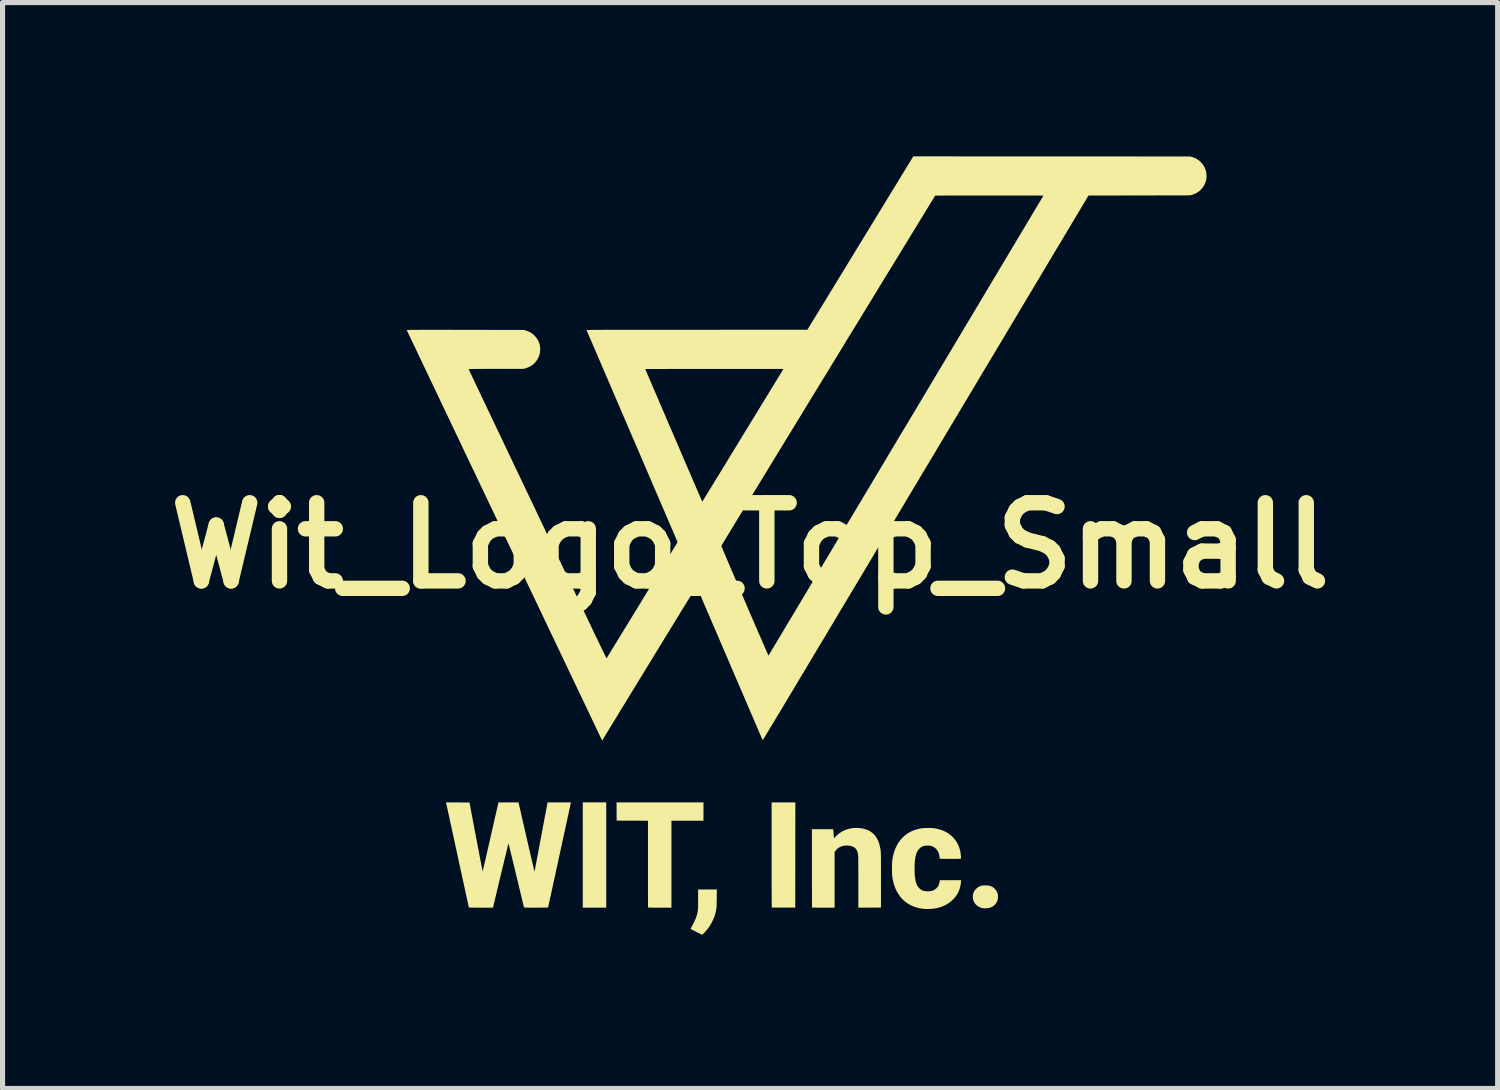
<source format=kicad_pcb>
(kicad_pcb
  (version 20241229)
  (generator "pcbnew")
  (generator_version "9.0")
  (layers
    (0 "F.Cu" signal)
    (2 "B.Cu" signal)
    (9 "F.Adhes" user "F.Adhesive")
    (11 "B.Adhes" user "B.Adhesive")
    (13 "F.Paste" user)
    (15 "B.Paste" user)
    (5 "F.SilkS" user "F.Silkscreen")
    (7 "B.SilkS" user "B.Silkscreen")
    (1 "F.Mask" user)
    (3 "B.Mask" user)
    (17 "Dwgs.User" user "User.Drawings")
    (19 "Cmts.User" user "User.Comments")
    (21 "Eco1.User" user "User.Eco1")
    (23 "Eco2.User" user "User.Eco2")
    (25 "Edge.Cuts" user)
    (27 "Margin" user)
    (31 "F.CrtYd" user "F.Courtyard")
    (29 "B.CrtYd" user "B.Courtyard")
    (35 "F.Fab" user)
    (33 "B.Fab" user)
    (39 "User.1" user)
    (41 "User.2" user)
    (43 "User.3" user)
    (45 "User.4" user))
  (footprint "Wit_Logo_Top_Small"
    (layer "F.Cu")
    (at 11.582 7.592)
    (property "Reference" "Wit_Logo_Top_Small" (at 0 0 0) (layer "F.SilkS") (effects (font (size 1.524 1.524) (thickness 0.3))))
    (attr board_only exclude_from_pos_files exclude_from_bom)
    (fp_poly (pts (xy -2.806 7.064) (xy -3.264 7.064) (xy -3.264 5.01) (xy -2.806 5.01)) (stroke (width 0) (type solid)) (fill yes) (layer "F.SilkS"))
    (fp_poly (pts (xy 0.882 6.036) (xy 0.881 7.062) (xy 0.653 7.063) (xy 0.612 7.063) (xy 0.573 7.063) (xy 0.537 7.063) (xy 0.505 7.063) (xy 0.477 7.063) (xy 0.454 7.063) (xy 0.437 7.062) (xy 0.426 7.062) (xy 0.423 7.061) (xy 0.422 7.057) (xy 0.422 7.046) (xy 0.422 7.027) (xy 0.422 7.002) (xy 0.422 6.971) (xy 0.421 6.933) (xy 0.421 6.889) (xy 0.421 6.84) (xy 0.421 6.786) (xy 0.421 6.727) (xy 0.421 6.663) (xy 0.42 6.595) (xy 0.42 6.523) (xy 0.42 6.448) (xy 0.42 6.369) (xy 0.42 6.288) (xy 0.42 6.204) (xy 0.42 6.117) (xy 0.42 6.034) (xy 0.42 5.01) (xy 0.883 5.01)) (stroke (width 0) (type solid)) (fill yes) (layer "F.SilkS"))
    (fp_poly (pts (xy -0.909 5.368) (xy -1.534 5.368) (xy -1.534 7.064) (xy -1.761 7.064) (xy -1.802 7.064) (xy -1.84 7.064) (xy -1.876 7.064) (xy -1.908 7.063) (xy -1.936 7.063) (xy -1.959 7.063) (xy -1.976 7.062) (xy -1.986 7.062) (xy -1.99 7.061) (xy -1.99 7.057) (xy -1.99 7.046) (xy -1.991 7.027) (xy -1.991 7.002) (xy -1.991 6.971) (xy -1.991 6.934) (xy -1.991 6.891) (xy -1.992 6.843) (xy -1.992 6.789) (xy -1.992 6.732) (xy -1.992 6.67) (xy -1.992 6.604) (xy -1.992 6.535) (xy -1.992 6.463) (xy -1.992 6.387) (xy -1.992 6.31) (xy -1.992 6.23) (xy -1.992 6.214) (xy -1.992 5.368) (xy -2.603 5.366) (xy -2.604 5.188) (xy -2.605 5.01) (xy -0.909 5.01)) (stroke (width 0) (type solid)) (fill yes) (layer "F.SilkS"))
    (fp_poly (pts (xy 4.604 6.629) (xy 4.639 6.631) (xy 4.668 6.636) (xy 4.693 6.643) (xy 4.717 6.654) (xy 4.741 6.669) (xy 4.77 6.693) (xy 4.794 6.722) (xy 4.814 6.754) (xy 4.829 6.788) (xy 4.833 6.805) (xy 4.836 6.829) (xy 4.836 6.856) (xy 4.834 6.885) (xy 4.829 6.911) (xy 4.824 6.93) (xy 4.807 6.964) (xy 4.784 6.996) (xy 4.756 7.024) (xy 4.724 7.046) (xy 4.712 7.052) (xy 4.678 7.065) (xy 4.64 7.073) (xy 4.6 7.077) (xy 4.561 7.076) (xy 4.554 7.075) (xy 4.51 7.067) (xy 4.471 7.052) (xy 4.435 7.03) (xy 4.404 7.002) (xy 4.403 7.002) (xy 4.378 6.97) (xy 4.36 6.935) (xy 4.348 6.898) (xy 4.344 6.859) (xy 4.346 6.819) (xy 4.355 6.78) (xy 4.367 6.752) (xy 4.381 6.729) (xy 4.401 6.705) (xy 4.424 6.683) (xy 4.448 6.665) (xy 4.466 6.654) (xy 4.491 6.643) (xy 4.516 6.636) (xy 4.543 6.631) (xy 4.573 6.629)) (stroke (width 0) (type solid)) (fill yes) (layer "F.SilkS"))
    (fp_poly (pts (xy -0.65 6.863) (xy -0.651 6.898) (xy -0.651 6.933) (xy -0.652 6.966) (xy -0.652 6.996) (xy -0.653 7.022) (xy -0.654 7.043) (xy -0.655 7.057) (xy -0.655 7.058) (xy -0.663 7.114) (xy -0.674 7.167) (xy -0.689 7.219) (xy -0.71 7.273) (xy -0.73 7.316) (xy -0.75 7.357) (xy -0.77 7.392) (xy -0.79 7.425) (xy -0.813 7.458) (xy -0.826 7.476) (xy -0.836 7.489) (xy -0.85 7.505) (xy -0.864 7.522) (xy -0.88 7.539) (xy -0.895 7.555) (xy -0.909 7.569) (xy -0.921 7.581) (xy -0.93 7.589) (xy -0.935 7.592) (xy -0.935 7.592) (xy -0.939 7.59) (xy -0.949 7.585) (xy -0.965 7.578) (xy -0.984 7.568) (xy -1.008 7.557) (xy -1.034 7.544) (xy -1.049 7.536) (xy -1.076 7.522) (xy -1.101 7.51) (xy -1.122 7.499) (xy -1.139 7.49) (xy -1.152 7.483) (xy -1.159 7.479) (xy -1.16 7.478) (xy -1.158 7.474) (xy -1.154 7.465) (xy -1.146 7.45) (xy -1.137 7.432) (xy -1.126 7.41) (xy -1.118 7.394) (xy -1.099 7.358) (xy -1.084 7.326) (xy -1.071 7.299) (xy -1.061 7.274) (xy -1.052 7.251) (xy -1.044 7.227) (xy -1.037 7.204) (xy -1.032 7.186) (xy -1.028 7.168) (xy -1.024 7.151) (xy -1.021 7.133) (xy -1.019 7.113) (xy -1.017 7.09) (xy -1.016 7.065) (xy -1.015 7.035) (xy -1.014 7) (xy -1.014 6.959) (xy -1.014 6.912) (xy -1.014 6.892) (xy -1.014 6.709) (xy -0.831 6.709) (xy -0.649 6.709)) (stroke (width 0) (type solid)) (fill yes) (layer "F.SilkS"))
    (fp_poly (pts (xy 2.137 5.511) (xy 2.198 5.52) (xy 2.253 5.534) (xy 2.303 5.553) (xy 2.348 5.578) (xy 2.389 5.608) (xy 2.411 5.629) (xy 2.445 5.668) (xy 2.474 5.712) (xy 2.499 5.762) (xy 2.519 5.818) (xy 2.535 5.88) (xy 2.547 5.948) (xy 2.548 5.96) (xy 2.549 5.968) (xy 2.549 5.979) (xy 2.55 5.993) (xy 2.551 6.01) (xy 2.551 6.031) (xy 2.552 6.057) (xy 2.552 6.087) (xy 2.552 6.122) (xy 2.552 6.162) (xy 2.553 6.208) (xy 2.553 6.26) (xy 2.553 6.318) (xy 2.553 6.383) (xy 2.553 6.455) (xy 2.553 6.532) (xy 2.553 7.062) (xy 2.332 7.063) (xy 2.112 7.064) (xy 2.112 6.577) (xy 2.112 6.516) (xy 2.112 6.457) (xy 2.112 6.4) (xy 2.111 6.346) (xy 2.111 6.295) (xy 2.111 6.249) (xy 2.111 6.206) (xy 2.111 6.168) (xy 2.111 6.136) (xy 2.11 6.109) (xy 2.11 6.088) (xy 2.11 6.074) (xy 2.11 6.068) (xy 2.105 6.027) (xy 2.099 5.993) (xy 2.091 5.965) (xy 2.08 5.941) (xy 2.066 5.92) (xy 2.049 5.901) (xy 2.046 5.898) (xy 2.024 5.883) (xy 1.996 5.87) (xy 1.963 5.86) (xy 1.927 5.854) (xy 1.889 5.852) (xy 1.85 5.853) (xy 1.847 5.854) (xy 1.801 5.862) (xy 1.761 5.877) (xy 1.725 5.897) (xy 1.693 5.924) (xy 1.666 5.955) (xy 1.649 5.978) (xy 1.649 7.064) (xy 1.43 7.064) (xy 1.39 7.064) (xy 1.352 7.064) (xy 1.317 7.064) (xy 1.286 7.063) (xy 1.259 7.063) (xy 1.237 7.063) (xy 1.221 7.062) (xy 1.211 7.062) (xy 1.209 7.061) (xy 1.209 7.057) (xy 1.208 7.046) (xy 1.208 7.028) (xy 1.208 7.003) (xy 1.208 6.971) (xy 1.207 6.934) (xy 1.207 6.892) (xy 1.207 6.844) (xy 1.207 6.792) (xy 1.207 6.735) (xy 1.207 6.674) (xy 1.206 6.609) (xy 1.206 6.542) (xy 1.206 6.471) (xy 1.206 6.398) (xy 1.206 6.322) (xy 1.206 6.296) (xy 1.206 5.534) (xy 1.622 5.534) (xy 1.624 5.556) (xy 1.625 5.568) (xy 1.627 5.586) (xy 1.628 5.607) (xy 1.63 5.629) (xy 1.63 5.632) (xy 1.632 5.653) (xy 1.633 5.672) (xy 1.635 5.687) (xy 1.636 5.697) (xy 1.636 5.699) (xy 1.638 5.711) (xy 1.66 5.686) (xy 1.701 5.644) (xy 1.747 5.607) (xy 1.798 5.576) (xy 1.853 5.55) (xy 1.911 5.53) (xy 1.972 5.516) (xy 2.035 5.509) (xy 2.099 5.508)) (stroke (width 0) (type solid)) (fill yes) (layer "F.SilkS"))
    (fp_poly (pts (xy 3.498 5.509) (xy 3.532 5.51) (xy 3.562 5.512) (xy 3.586 5.514) (xy 3.588 5.514) (xy 3.647 5.525) (xy 3.705 5.541) (xy 3.761 5.56) (xy 3.812 5.583) (xy 3.825 5.59) (xy 3.865 5.614) (xy 3.902 5.641) (xy 3.938 5.672) (xy 3.952 5.686) (xy 3.995 5.734) (xy 4.031 5.786) (xy 4.06 5.841) (xy 4.084 5.901) (xy 4.1 5.966) (xy 4.101 5.966) (xy 4.103 5.983) (xy 4.106 6.002) (xy 4.109 6.024) (xy 4.111 6.046) (xy 4.113 6.066) (xy 4.114 6.084) (xy 4.115 6.098) (xy 4.114 6.107) (xy 4.114 6.108) (xy 4.109 6.109) (xy 4.098 6.11) (xy 4.08 6.111) (xy 4.055 6.111) (xy 4.025 6.111) (xy 3.99 6.112) (xy 3.95 6.112) (xy 3.906 6.112) (xy 3.859 6.112) (xy 3.819 6.112) (xy 3.787 6.112) (xy 3.76 6.111) (xy 3.739 6.111) (xy 3.723 6.11) (xy 3.712 6.11) (xy 3.704 6.109) (xy 3.7 6.108) (xy 3.7 6.107) (xy 3.699 6.094) (xy 3.696 6.075) (xy 3.693 6.055) (xy 3.689 6.035) (xy 3.685 6.018) (xy 3.684 6.012) (xy 3.668 5.972) (xy 3.646 5.937) (xy 3.619 5.908) (xy 3.588 5.884) (xy 3.552 5.866) (xy 3.53 5.859) (xy 3.508 5.855) (xy 3.482 5.853) (xy 3.454 5.853) (xy 3.427 5.854) (xy 3.403 5.857) (xy 3.396 5.859) (xy 3.359 5.872) (xy 3.327 5.891) (xy 3.299 5.916) (xy 3.274 5.946) (xy 3.254 5.983) (xy 3.238 6.027) (xy 3.225 6.077) (xy 3.217 6.133) (xy 3.216 6.136) (xy 3.212 6.189) (xy 3.209 6.244) (xy 3.208 6.3) (xy 3.209 6.356) (xy 3.211 6.409) (xy 3.216 6.459) (xy 3.222 6.505) (xy 3.229 6.546) (xy 3.234 6.563) (xy 3.248 6.606) (xy 3.267 6.643) (xy 3.291 6.674) (xy 3.3 6.684) (xy 3.326 6.707) (xy 3.353 6.724) (xy 3.382 6.735) (xy 3.416 6.742) (xy 3.454 6.745) (xy 3.465 6.745) (xy 3.508 6.743) (xy 3.547 6.736) (xy 3.58 6.724) (xy 3.61 6.706) (xy 3.638 6.683) (xy 3.638 6.683) (xy 3.659 6.659) (xy 3.675 6.633) (xy 3.686 6.605) (xy 3.695 6.571) (xy 3.698 6.548) (xy 3.7 6.528) (xy 4.116 6.528) (xy 4.114 6.56) (xy 4.106 6.625) (xy 4.091 6.686) (xy 4.071 6.743) (xy 4.044 6.796) (xy 4.01 6.846) (xy 3.969 6.894) (xy 3.958 6.906) (xy 3.908 6.95) (xy 3.853 6.989) (xy 3.794 7.022) (xy 3.731 7.048) (xy 3.663 7.068) (xy 3.592 7.082) (xy 3.518 7.089) (xy 3.44 7.09) (xy 3.405 7.088) (xy 3.33 7.08) (xy 3.26 7.065) (xy 3.193 7.043) (xy 3.13 7.015) (xy 3.072 6.981) (xy 3.018 6.941) (xy 2.969 6.896) (xy 2.925 6.844) (xy 2.886 6.787) (xy 2.851 6.725) (xy 2.822 6.657) (xy 2.799 6.584) (xy 2.781 6.507) (xy 2.776 6.478) (xy 2.774 6.457) (xy 2.771 6.43) (xy 2.77 6.398) (xy 2.769 6.363) (xy 2.768 6.325) (xy 2.768 6.286) (xy 2.769 6.248) (xy 2.77 6.212) (xy 2.771 6.179) (xy 2.773 6.15) (xy 2.775 6.128) (xy 2.776 6.124) (xy 2.791 6.043) (xy 2.813 5.969) (xy 2.839 5.899) (xy 2.871 5.836) (xy 2.897 5.793) (xy 2.939 5.736) (xy 2.985 5.686) (xy 3.035 5.643) (xy 3.09 5.605) (xy 3.149 5.574) (xy 3.213 5.548) (xy 3.282 5.528) (xy 3.343 5.516) (xy 3.366 5.513) (xy 3.395 5.511) (xy 3.428 5.51) (xy 3.463 5.509)) (stroke (width 0) (type solid)) (fill yes) (layer "F.SilkS"))
    (fp_poly (pts (xy -5.474 5.012) (xy -5.347 5.682) (xy -5.333 5.753) (xy -5.32 5.822) (xy -5.308 5.888) (xy -5.296 5.952) (xy -5.284 6.012) (xy -5.273 6.069) (xy -5.263 6.122) (xy -5.254 6.17) (xy -5.246 6.214) (xy -5.238 6.253) (xy -5.232 6.286) (xy -5.226 6.313) (xy -5.222 6.334) (xy -5.219 6.349) (xy -5.218 6.356) (xy -5.218 6.357) (xy -5.217 6.357) (xy -5.216 6.354) (xy -5.215 6.349) (xy -5.213 6.34) (xy -5.21 6.329) (xy -5.207 6.315) (xy -5.203 6.298) (xy -5.198 6.277) (xy -5.192 6.252) (xy -5.185 6.223) (xy -5.178 6.19) (xy -5.169 6.153) (xy -5.159 6.111) (xy -5.149 6.064) (xy -5.137 6.012) (xy -5.124 5.955) (xy -5.11 5.893) (xy -5.094 5.825) (xy -5.077 5.751) (xy -5.059 5.671) (xy -5.039 5.585) (xy -5.018 5.492) (xy -4.995 5.392) (xy -4.971 5.286) (xy -4.945 5.172) (xy -4.922 5.069) (xy -4.908 5.01) (xy -4.517 5.01) (xy -4.512 5.034) (xy -4.506 5.06) (xy -4.499 5.092) (xy -4.49 5.129) (xy -4.481 5.17) (xy -4.47 5.216) (xy -4.459 5.265) (xy -4.447 5.318) (xy -4.435 5.373) (xy -4.421 5.43) (xy -4.408 5.489) (xy -4.394 5.55) (xy -4.38 5.611) (xy -4.365 5.673) (xy -4.351 5.736) (xy -4.337 5.797) (xy -4.323 5.858) (xy -4.309 5.917) (xy -4.296 5.975) (xy -4.283 6.03) (xy -4.271 6.083) (xy -4.259 6.133) (xy -4.249 6.179) (xy -4.239 6.221) (xy -4.23 6.258) (xy -4.223 6.291) (xy -4.216 6.318) (xy -4.211 6.339) (xy -4.208 6.354) (xy -4.206 6.362) (xy -4.205 6.363) (xy -4.205 6.359) (xy -4.202 6.348) (xy -4.199 6.33) (xy -4.194 6.306) (xy -4.189 6.275) (xy -4.182 6.239) (xy -4.174 6.198) (xy -4.165 6.152) (xy -4.156 6.101) (xy -4.145 6.046) (xy -4.134 5.988) (xy -4.123 5.926) (xy -4.11 5.861) (xy -4.098 5.794) (xy -4.085 5.725) (xy -4.081 5.705) (xy -4.068 5.635) (xy -4.055 5.567) (xy -4.043 5.501) (xy -4.031 5.437) (xy -4.019 5.377) (xy -4.009 5.32) (xy -3.999 5.267) (xy -3.989 5.219) (xy -3.981 5.175) (xy -3.974 5.136) (xy -3.967 5.102) (xy -3.962 5.074) (xy -3.958 5.053) (xy -3.955 5.038) (xy -3.954 5.031) (xy -3.954 5.03) (xy -3.95 5.01) (xy -3.722 5.01) (xy -3.681 5.01) (xy -3.643 5.01) (xy -3.607 5.01) (xy -3.575 5.01) (xy -3.548 5.011) (xy -3.525 5.011) (xy -3.509 5.011) (xy -3.499 5.012) (xy -3.495 5.012) (xy -3.496 5.016) (xy -3.499 5.027) (xy -3.502 5.045) (xy -3.508 5.07) (xy -3.514 5.1) (xy -3.522 5.136) (xy -3.531 5.178) (xy -3.541 5.224) (xy -3.552 5.275) (xy -3.564 5.33) (xy -3.577 5.388) (xy -3.59 5.451) (xy -3.604 5.516) (xy -3.619 5.584) (xy -3.634 5.654) (xy -3.65 5.726) (xy -3.666 5.8) (xy -3.682 5.875) (xy -3.699 5.95) (xy -3.715 6.026) (xy -3.732 6.102) (xy -3.748 6.178) (xy -3.764 6.253) (xy -3.781 6.327) (xy -3.796 6.4) (xy -3.812 6.47) (xy -3.827 6.539) (xy -3.841 6.605) (xy -3.855 6.668) (xy -3.868 6.728) (xy -3.88 6.784) (xy -3.891 6.836) (xy -3.902 6.883) (xy -3.911 6.926) (xy -3.919 6.963) (xy -3.926 6.995) (xy -3.932 7.021) (xy -3.936 7.041) (xy -3.939 7.054) (xy -3.941 7.06) (xy -3.941 7.061) (xy -3.945 7.061) (xy -3.956 7.062) (xy -3.974 7.062) (xy -3.997 7.063) (xy -4.025 7.063) (xy -4.058 7.063) (xy -4.094 7.064) (xy -4.133 7.064) (xy -4.175 7.064) (xy -4.175 7.064) (xy -4.226 7.064) (xy -4.269 7.064) (xy -4.305 7.064) (xy -4.335 7.063) (xy -4.359 7.063) (xy -4.378 7.062) (xy -4.392 7.062) (xy -4.401 7.061) (xy -4.407 7.06) (xy -4.409 7.059) (xy -4.41 7.059) (xy -4.411 7.055) (xy -4.413 7.044) (xy -4.418 7.026) (xy -4.424 7.001) (xy -4.431 6.971) (xy -4.44 6.935) (xy -4.45 6.894) (xy -4.461 6.849) (xy -4.473 6.799) (xy -4.486 6.745) (xy -4.5 6.687) (xy -4.514 6.627) (xy -4.53 6.563) (xy -4.546 6.497) (xy -4.561 6.434) (xy -4.577 6.366) (xy -4.593 6.301) (xy -4.608 6.237) (xy -4.623 6.177) (xy -4.637 6.12) (xy -4.65 6.066) (xy -4.662 6.017) (xy -4.673 5.971) (xy -4.683 5.931) (xy -4.692 5.896) (xy -4.699 5.866) (xy -4.705 5.842) (xy -4.709 5.825) (xy -4.712 5.814) (xy -4.713 5.81) (xy -4.714 5.814) (xy -4.717 5.824) (xy -4.721 5.842) (xy -4.727 5.865) (xy -4.734 5.894) (xy -4.743 5.929) (xy -4.752 5.969) (xy -4.763 6.013) (xy -4.775 6.062) (xy -4.788 6.114) (xy -4.801 6.169) (xy -4.815 6.228) (xy -4.83 6.289) (xy -4.845 6.352) (xy -4.861 6.417) (xy -4.877 6.484) (xy -4.893 6.551) (xy -4.909 6.618) (xy -4.925 6.686) (xy -4.941 6.753) (xy -4.957 6.82) (xy -4.972 6.885) (xy -4.987 6.949) (xy -5.002 7.01) (xy -5.007 7.031) (xy -5.014 7.064) (xy -5.249 7.064) (xy -5.291 7.064) (xy -5.33 7.064) (xy -5.367 7.064) (xy -5.399 7.063) (xy -5.428 7.063) (xy -5.451 7.062) (xy -5.469 7.062) (xy -5.481 7.062) (xy -5.485 7.061) (xy -5.485 7.061) (xy -5.486 7.057) (xy -5.489 7.046) (xy -5.493 7.028) (xy -5.498 7.003) (xy -5.505 6.972) (xy -5.513 6.935) (xy -5.522 6.892) (xy -5.533 6.844) (xy -5.545 6.791) (xy -5.557 6.733) (xy -5.571 6.671) (xy -5.585 6.604) (xy -5.601 6.534) (xy -5.617 6.46) (xy -5.633 6.383) (xy -5.651 6.303) (xy -5.669 6.221) (xy -5.687 6.136) (xy -5.706 6.049) (xy -5.707 6.043) (xy -5.726 5.956) (xy -5.745 5.87) (xy -5.763 5.788) (xy -5.78 5.707) (xy -5.797 5.63) (xy -5.813 5.555) (xy -5.828 5.485) (xy -5.843 5.418) (xy -5.857 5.355) (xy -5.869 5.296) (xy -5.881 5.242) (xy -5.892 5.193) (xy -5.901 5.15) (xy -5.909 5.112) (xy -5.916 5.08) (xy -5.922 5.055) (xy -5.926 5.036) (xy -5.929 5.023) (xy -5.93 5.019) (xy -5.93 5.019) (xy -5.932 5.01)) (stroke (width 0) (type solid)) (fill yes) (layer "F.SilkS"))
    (fp_poly (pts (xy 5.884 -7.591) (xy 8.584 -7.59) (xy 8.617 -7.581) (xy 8.668 -7.563) (xy 8.716 -7.539) (xy 8.76 -7.509) (xy 8.799 -7.473) (xy 8.833 -7.432) (xy 8.861 -7.387) (xy 8.883 -7.337) (xy 8.895 -7.295) (xy 8.9 -7.267) (xy 8.903 -7.235) (xy 8.904 -7.201) (xy 8.902 -7.167) (xy 8.898 -7.137) (xy 8.897 -7.131) (xy 8.881 -7.079) (xy 8.86 -7.031) (xy 8.832 -6.987) (xy 8.798 -6.947) (xy 8.759 -6.911) (xy 8.714 -6.881) (xy 8.665 -6.857) (xy 8.614 -6.839) (xy 8.584 -6.831) (xy 7.592 -6.829) (xy 6.601 -6.827) (xy 3.425 -1.512) (xy 3.289 -1.284) (xy 3.156 -1.063) (xy 3.028 -0.848) (xy 2.904 -0.64) (xy 2.783 -0.437) (xy 2.666 -0.241) (xy 2.552 -0.051) (xy 2.442 0.133) (xy 2.336 0.311) (xy 2.233 0.483) (xy 2.133 0.65) (xy 2.037 0.811) (xy 1.944 0.966) (xy 1.854 1.117) (xy 1.767 1.261) (xy 1.684 1.401) (xy 1.604 1.536) (xy 1.526 1.665) (xy 1.452 1.79) (xy 1.38 1.909) (xy 1.311 2.024) (xy 1.245 2.135) (xy 1.182 2.24) (xy 1.121 2.342) (xy 1.064 2.438) (xy 1.008 2.531) (xy 0.955 2.619) (xy 0.905 2.704) (xy 0.857 2.784) (xy 0.811 2.86) (xy 0.767 2.933) (xy 0.726 3.002) (xy 0.687 3.067) (xy 0.65 3.129) (xy 0.615 3.187) (xy 0.582 3.242) (xy 0.551 3.293) (xy 0.522 3.342) (xy 0.495 3.387) (xy 0.469 3.429) (xy 0.446 3.469) (xy 0.424 3.505) (xy 0.403 3.539) (xy 0.384 3.571) (xy 0.367 3.6) (xy 0.351 3.626) (xy 0.336 3.65) (xy 0.323 3.672) (xy 0.311 3.692) (xy 0.3 3.709) (xy 0.29 3.725) (xy 0.282 3.739) (xy 0.274 3.751) (xy 0.268 3.761) (xy 0.262 3.77) (xy 0.257 3.777) (xy 0.253 3.783) (xy 0.25 3.788) (xy 0.248 3.791) (xy 0.246 3.793) (xy 0.245 3.795) (xy 0.244 3.795) (xy 0.244 3.795) (xy 0.243 3.791) (xy 0.238 3.78) (xy 0.23 3.762) (xy 0.22 3.738) (xy 0.207 3.708) (xy 0.191 3.672) (xy 0.173 3.631) (xy 0.153 3.583) (xy 0.131 3.531) (xy 0.106 3.474) (xy 0.079 3.411) (xy 0.051 3.345) (xy 0.02 3.274) (xy -0.012 3.199) (xy -0.046 3.12) (xy -0.081 3.038) (xy -0.118 2.952) (xy -0.156 2.863) (xy -0.196 2.771) (xy -0.236 2.677) (xy -0.278 2.58) (xy -0.32 2.481) (xy -0.364 2.38) (xy -0.401 2.293) (xy -0.445 2.19) (xy -0.488 2.09) (xy -0.53 1.991) (xy -0.572 1.895) (xy -0.612 1.801) (xy -0.651 1.71) (xy -0.689 1.621) (xy -0.726 1.536) (xy -0.761 1.455) (xy -0.794 1.377) (xy -0.826 1.303) (xy -0.856 1.233) (xy -0.885 1.167) (xy -0.911 1.106) (xy -0.935 1.049) (xy -0.957 0.998) (xy -0.977 0.952) (xy -0.994 0.912) (xy -1.009 0.877) (xy -1.022 0.848) (xy -1.032 0.825) (xy -1.039 0.809) (xy -1.043 0.8) (xy -1.044 0.797) (xy -1.046 0.8) (xy -1.052 0.809) (xy -1.062 0.825) (xy -1.075 0.846) (xy -1.092 0.873) (xy -1.112 0.906) (xy -1.135 0.943) (xy -1.161 0.986) (xy -1.19 1.033) (xy -1.222 1.085) (xy -1.256 1.14) (xy -1.293 1.2) (xy -1.332 1.263) (xy -1.373 1.33) (xy -1.416 1.401) (xy -1.461 1.474) (xy -1.507 1.55) (xy -1.555 1.628) (xy -1.605 1.709) (xy -1.655 1.791) (xy -1.707 1.876) (xy -1.76 1.962) (xy -1.814 2.05) (xy -1.868 2.138) (xy -1.922 2.228) (xy -1.978 2.318) (xy -2.033 2.408) (xy -2.088 2.499) (xy -2.144 2.589) (xy -2.199 2.679) (xy -2.253 2.769) (xy -2.308 2.857) (xy -2.361 2.945) (xy -2.414 3.031) (xy -2.466 3.116) (xy -2.517 3.199) (xy -2.566 3.28) (xy -2.614 3.359) (xy -2.661 3.435) (xy -2.706 3.509) (xy -2.749 3.58) (xy -2.79 3.647) (xy -2.829 3.711) (xy -2.855 3.753) (xy -2.886 3.805) (xy -2.901 3.773) (xy -2.904 3.768) (xy -2.909 3.756) (xy -2.918 3.738) (xy -2.93 3.713) (xy -2.945 3.682) (xy -2.962 3.644) (xy -2.983 3.601) (xy -3.007 3.551) (xy -3.033 3.495) (xy -3.062 3.434) (xy -3.094 3.367) (xy -3.128 3.295) (xy -3.165 3.218) (xy -3.205 3.135) (xy -3.246 3.048) (xy -3.29 2.955) (xy -3.337 2.858) (xy -3.385 2.756) (xy -3.436 2.65) (xy -3.488 2.539) (xy -3.543 2.425) (xy -3.599 2.306) (xy -3.658 2.183) (xy -3.718 2.057) (xy -3.78 1.927) (xy -3.843 1.793) (xy -3.909 1.657) (xy -3.975 1.517) (xy -4.043 1.374) (xy -4.113 1.228) (xy -4.184 1.079) (xy -4.256 0.927) (xy -4.329 0.774) (xy -4.403 0.617) (xy -4.479 0.459) (xy -4.555 0.298) (xy -4.633 0.136) (xy -4.711 -0.028) (xy -4.79 -0.194) (xy -4.806 -0.227) (xy -4.885 -0.393) (xy -4.963 -0.558) (xy -5.04 -0.72) (xy -5.117 -0.881) (xy -5.192 -1.04) (xy -5.267 -1.196) (xy -5.34 -1.35) (xy -5.412 -1.501) (xy -5.483 -1.65) (xy -5.553 -1.796) (xy -5.621 -1.94) (xy -5.687 -2.08) (xy -5.753 -2.216) (xy -5.816 -2.35) (xy -5.878 -2.48) (xy -5.938 -2.607) (xy -5.997 -2.729) (xy -6.053 -2.848) (xy -6.108 -2.963) (xy -6.16 -3.074) (xy -6.211 -3.18) (xy -6.26 -3.282) (xy -6.306 -3.379) (xy -6.35 -3.472) (xy -6.392 -3.56) (xy -6.431 -3.642) (xy -6.468 -3.72) (xy -6.502 -3.792) (xy -6.534 -3.859) (xy -6.563 -3.921) (xy -6.59 -3.977) (xy -6.614 -4.026) (xy -6.635 -4.07) (xy -6.653 -4.108) (xy -6.668 -4.14) (xy -6.68 -4.165) (xy -6.688 -4.184) (xy -6.694 -4.196) (xy -6.697 -4.201) (xy -6.697 -4.202) (xy -6.697 -4.202) (xy -6.696 -4.203) (xy -6.694 -4.203) (xy -6.692 -4.204) (xy -6.687 -4.204) (xy -6.681 -4.205) (xy -6.673 -4.205) (xy -6.663 -4.206) (xy -6.651 -4.206) (xy -6.636 -4.206) (xy -6.617 -4.207) (xy -6.596 -4.207) (xy -6.571 -4.207) (xy -6.542 -4.207) (xy -6.509 -4.207) (xy -6.472 -4.207) (xy -6.431 -4.208) (xy -6.385 -4.208) (xy -6.333 -4.208) (xy -6.277 -4.208) (xy -6.215 -4.208) (xy -6.147 -4.208) (xy -6.073 -4.208) (xy -5.992 -4.208) (xy -5.905 -4.208) (xy -5.812 -4.208) (xy -5.711 -4.207) (xy -5.603 -4.207) (xy -5.555 -4.207) (xy -4.411 -4.206) (xy -4.38 -4.197) (xy -4.356 -4.189) (xy -4.33 -4.179) (xy -4.303 -4.167) (xy -4.279 -4.154) (xy -4.26 -4.142) (xy -4.26 -4.142) (xy -4.228 -4.117) (xy -4.198 -4.087) (xy -4.169 -4.053) (xy -4.145 -4.017) (xy -4.126 -3.981) (xy -4.124 -3.976) (xy -4.111 -3.942) (xy -4.103 -3.909) (xy -4.097 -3.875) (xy -4.095 -3.837) (xy -4.095 -3.825) (xy -4.096 -3.8) (xy -4.097 -3.781) (xy -4.099 -3.764) (xy -4.102 -3.748) (xy -4.105 -3.734) (xy -4.123 -3.682) (xy -4.147 -3.634) (xy -4.177 -3.59) (xy -4.212 -3.551) (xy -4.254 -3.517) (xy -4.3 -3.489) (xy -4.351 -3.467) (xy -4.385 -3.456) (xy -4.414 -3.447) (xy -4.953 -3.446) (xy -5.029 -3.446) (xy -5.097 -3.446) (xy -5.158 -3.446) (xy -5.212 -3.446) (xy -5.26 -3.445) (xy -5.302 -3.445) (xy -5.339 -3.445) (xy -5.371 -3.445) (xy -5.398 -3.444) (xy -5.421 -3.444) (xy -5.439 -3.444) (xy -5.454 -3.443) (xy -5.466 -3.443) (xy -5.475 -3.442) (xy -5.482 -3.442) (xy -5.486 -3.441) (xy -5.489 -3.44) (xy -5.49 -3.44) (xy -5.49 -3.439) (xy -5.49 -3.438) (xy -5.488 -3.435) (xy -5.483 -3.424) (xy -5.475 -3.407) (xy -5.464 -3.383) (xy -5.449 -3.353) (xy -5.432 -3.317) (xy -5.412 -3.275) (xy -5.389 -3.227) (xy -5.364 -3.174) (xy -5.336 -3.115) (xy -5.305 -3.05) (xy -5.272 -2.981) (xy -5.237 -2.906) (xy -5.199 -2.827) (xy -5.159 -2.743) (xy -5.117 -2.654) (xy -5.073 -2.562) (xy -5.027 -2.465) (xy -4.979 -2.364) (xy -4.929 -2.259) (xy -4.877 -2.15) (xy -4.824 -2.038) (xy -4.769 -1.923) (xy -4.713 -1.805) (xy -4.655 -1.683) (xy -4.596 -1.559) (xy -4.535 -1.432) (xy -4.473 -1.302) (xy -4.411 -1.17) (xy -4.347 -1.036) (xy -4.282 -0.9) (xy -4.216 -0.762) (xy -4.15 -0.622) (xy -4.146 -0.614) (xy -4.063 -0.439) (xy -3.983 -0.271) (xy -3.906 -0.11) (xy -3.832 0.044) (xy -3.762 0.192) (xy -3.694 0.334) (xy -3.63 0.469) (xy -3.568 0.599) (xy -3.51 0.722) (xy -3.454 0.839) (xy -3.401 0.951) (xy -3.35 1.056) (xy -3.302 1.157) (xy -3.257 1.251) (xy -3.214 1.341) (xy -3.174 1.425) (xy -3.136 1.504) (xy -3.101 1.579) (xy -3.068 1.648) (xy -3.037 1.713) (xy -3.008 1.773) (xy -2.981 1.828) (xy -2.957 1.879) (xy -2.934 1.926) (xy -2.914 1.969) (xy -2.895 2.007) (xy -2.878 2.042) (xy -2.863 2.073) (xy -2.85 2.1) (xy -2.838 2.124) (xy -2.828 2.144) (xy -2.82 2.161) (xy -2.813 2.175) (xy -2.808 2.185) (xy -2.804 2.193) (xy -2.801 2.198) (xy -2.8 2.2) (xy -2.8 2.2) (xy -2.797 2.196) (xy -2.791 2.186) (xy -2.781 2.17) (xy -2.768 2.148) (xy -2.751 2.121) (xy -2.73 2.088) (xy -2.707 2.049) (xy -2.681 2.006) (xy -2.652 1.959) (xy -2.62 1.907) (xy -2.585 1.85) (xy -2.548 1.79) (xy -2.509 1.726) (xy -2.468 1.659) (xy -2.425 1.588) (xy -2.38 1.515) (xy -2.333 1.438) (xy -2.285 1.359) (xy -2.235 1.278) (xy -2.184 1.195) (xy -2.132 1.11) (xy -2.105 1.064) (xy -1.459 0.008) (xy -0.561 0.008) (xy -0.559 0.012) (xy -0.555 0.023) (xy -0.548 0.041) (xy -0.538 0.064) (xy -0.526 0.093) (xy -0.511 0.128) (xy -0.494 0.168) (xy -0.475 0.212) (xy -0.455 0.261) (xy -0.432 0.313) (xy -0.408 0.37) (xy -0.383 0.43) (xy -0.356 0.492) (xy -0.328 0.558) (xy -0.299 0.626) (xy -0.269 0.696) (xy -0.238 0.768) (xy -0.207 0.841) (xy -0.175 0.915) (xy -0.143 0.99) (xy -0.11 1.065) (xy -0.078 1.14) (xy -0.046 1.215) (xy -0.014 1.29) (xy 0.018 1.363) (xy 0.049 1.435) (xy 0.08 1.506) (xy 0.109 1.575) (xy 0.138 1.641) (xy 0.165 1.705) (xy 0.192 1.766) (xy 0.217 1.823) (xy 0.24 1.877) (xy 0.262 1.927) (xy 0.282 1.973) (xy 0.3 2.014) (xy 0.316 2.051) (xy 0.329 2.082) (xy 0.341 2.107) (xy 0.349 2.127) (xy 0.355 2.14) (xy 0.359 2.147) (xy 0.359 2.147) (xy 0.361 2.144) (xy 0.367 2.134) (xy 0.377 2.118) (xy 0.39 2.095) (xy 0.408 2.067) (xy 0.428 2.032) (xy 0.453 1.991) (xy 0.48 1.945) (xy 0.512 1.893) (xy 0.546 1.835) (xy 0.584 1.772) (xy 0.625 1.704) (xy 0.668 1.631) (xy 0.715 1.552) (xy 0.765 1.469) (xy 0.818 1.381) (xy 0.874 1.288) (xy 0.932 1.19) (xy 0.993 1.088) (xy 1.056 0.982) (xy 1.122 0.872) (xy 1.191 0.757) (xy 1.262 0.639) (xy 1.335 0.516) (xy 1.41 0.39) (xy 1.488 0.26) (xy 1.567 0.127) (xy 1.649 -0.009) (xy 1.732 -0.149) (xy 1.818 -0.292) (xy 1.905 -0.438) (xy 1.994 -0.587) (xy 2.085 -0.738) (xy 2.177 -0.892) (xy 2.27 -1.049) (xy 2.366 -1.208) (xy 2.462 -1.37) (xy 2.56 -1.533) (xy 2.659 -1.699) (xy 2.759 -1.867) (xy 2.86 -2.036) (xy 2.962 -2.207) (xy 3.043 -2.341) (xy 5.723 -6.827) (xy 4.668 -6.828) (xy 4.578 -6.828) (xy 4.491 -6.828) (xy 4.405 -6.828) (xy 4.323 -6.828) (xy 4.243 -6.828) (xy 4.166 -6.828) (xy 4.093 -6.828) (xy 4.024 -6.828) (xy 3.96 -6.828) (xy 3.899 -6.828) (xy 3.844 -6.828) (xy 3.793 -6.827) (xy 3.748 -6.827) (xy 3.709 -6.827) (xy 3.676 -6.827) (xy 3.649 -6.827) (xy 3.629 -6.826) (xy 3.616 -6.826) (xy 3.611 -6.826) (xy 3.61 -6.826) (xy 3.608 -6.823) (xy 3.602 -6.813) (xy 3.592 -6.797) (xy 3.579 -6.774) (xy 3.561 -6.746) (xy 3.54 -6.712) (xy 3.516 -6.672) (xy 3.488 -6.626) (xy 3.457 -6.575) (xy 3.422 -6.519) (xy 3.385 -6.457) (xy 3.344 -6.39) (xy 3.3 -6.319) (xy 3.253 -6.242) (xy 3.204 -6.161) (xy 3.151 -6.075) (xy 3.096 -5.985) (xy 3.039 -5.891) (xy 2.978 -5.793) (xy 2.916 -5.69) (xy 2.851 -5.584) (xy 2.784 -5.474) (xy 2.714 -5.361) (xy 2.643 -5.244) (xy 2.569 -5.124) (xy 2.494 -5.001) (xy 2.417 -4.874) (xy 2.338 -4.745) (xy 2.257 -4.613) (xy 2.175 -4.478) (xy 2.091 -4.341) (xy 2.006 -4.202) (xy 1.919 -4.06) (xy 1.832 -3.917) (xy 1.743 -3.771) (xy 1.653 -3.624) (xy 1.562 -3.475) (xy 1.524 -3.412) (xy 1.408 -3.223) (xy 1.295 -3.039) (xy 1.185 -2.859) (xy 1.079 -2.684) (xy 0.975 -2.514) (xy 0.874 -2.349) (xy 0.777 -2.19) (xy 0.682 -2.035) (xy 0.591 -1.886) (xy 0.503 -1.742) (xy 0.418 -1.603) (xy 0.337 -1.469) (xy 0.259 -1.341) (xy 0.184 -1.218) (xy 0.112 -1.101) (xy 0.044 -0.989) (xy -0.02 -0.883) (xy -0.082 -0.783) (xy -0.139 -0.688) (xy -0.193 -0.6) (xy -0.244 -0.517) (xy -0.291 -0.439) (xy -0.334 -0.368) (xy -0.374 -0.303) (xy -0.409 -0.244) (xy -0.442 -0.191) (xy -0.47 -0.144) (xy -0.495 -0.103) (xy -0.515 -0.069) (xy -0.532 -0.041) (xy -0.545 -0.019) (xy -0.554 -0.004) (xy -0.559 0.005) (xy -0.561 0.008) (xy -1.459 0.008) (xy -1.414 -0.066) (xy -2.3 -2.131) (xy -2.352 -2.251) (xy -2.403 -2.37) (xy -2.453 -2.487) (xy -2.503 -2.602) (xy -2.551 -2.714) (xy -2.598 -2.824) (xy -2.644 -2.931) (xy -2.689 -3.036) (xy -2.732 -3.137) (xy -2.774 -3.235) (xy -2.815 -3.329) (xy -2.854 -3.42) (xy -2.863 -3.442) (xy -2.045 -3.442) (xy -2.044 -3.439) (xy -2.039 -3.428) (xy -2.032 -3.411) (xy -2.022 -3.387) (xy -2.009 -3.358) (xy -1.994 -3.323) (xy -1.976 -3.282) (xy -1.956 -3.235) (xy -1.934 -3.184) (xy -1.91 -3.128) (xy -1.884 -3.067) (xy -1.856 -3.002) (xy -1.826 -2.932) (xy -1.795 -2.859) (xy -1.762 -2.782) (xy -1.727 -2.702) (xy -1.692 -2.619) (xy -1.655 -2.533) (xy -1.617 -2.444) (xy -1.578 -2.353) (xy -1.538 -2.26) (xy -1.497 -2.165) (xy -1.489 -2.147) (xy -1.448 -2.052) (xy -1.408 -1.959) (xy -1.369 -1.868) (xy -1.331 -1.778) (xy -1.294 -1.692) (xy -1.258 -1.608) (xy -1.223 -1.528) (xy -1.19 -1.451) (xy -1.158 -1.377) (xy -1.128 -1.307) (xy -1.1 -1.241) (xy -1.073 -1.18) (xy -1.049 -1.123) (xy -1.026 -1.071) (xy -1.006 -1.023) (xy -0.988 -0.982) (xy -0.972 -0.945) (xy -0.959 -0.915) (xy -0.948 -0.89) (xy -0.94 -0.872) (xy -0.935 -0.861) (xy -0.933 -0.856) (xy -0.933 -0.856) (xy -0.931 -0.859) (xy -0.925 -0.869) (xy -0.915 -0.884) (xy -0.901 -0.906) (xy -0.885 -0.933) (xy -0.864 -0.966) (xy -0.841 -1.004) (xy -0.815 -1.047) (xy -0.785 -1.095) (xy -0.753 -1.148) (xy -0.718 -1.205) (xy -0.681 -1.266) (xy -0.641 -1.33) (xy -0.599 -1.399) (xy -0.555 -1.471) (xy -0.509 -1.546) (xy -0.461 -1.625) (xy -0.412 -1.706) (xy -0.361 -1.79) (xy -0.308 -1.876) (xy -0.254 -1.964) (xy -0.199 -2.054) (xy -0.143 -2.146) (xy -0.14 -2.151) (xy 0.651 -3.445) (xy -0.698 -3.445) (xy -0.8 -3.445) (xy -0.899 -3.445) (xy -0.996 -3.445) (xy -1.091 -3.445) (xy -1.183 -3.445) (xy -1.271 -3.445) (xy -1.357 -3.445) (xy -1.438 -3.445) (xy -1.516 -3.445) (xy -1.59 -3.445) (xy -1.659 -3.444) (xy -1.723 -3.444) (xy -1.783 -3.444) (xy -1.837 -3.444) (xy -1.885 -3.444) (xy -1.928 -3.444) (xy -1.964 -3.443) (xy -1.994 -3.443) (xy -2.018 -3.443) (xy -2.034 -3.443) (xy -2.043 -3.443) (xy -2.045 -3.442) (xy -2.863 -3.442) (xy -2.891 -3.506) (xy -2.926 -3.589) (xy -2.96 -3.667) (xy -2.991 -3.741) (xy -3.021 -3.81) (xy -3.049 -3.874) (xy -3.074 -3.933) (xy -3.097 -3.986) (xy -3.118 -4.035) (xy -3.136 -4.077) (xy -3.152 -4.114) (xy -3.165 -4.144) (xy -3.175 -4.168) (xy -3.183 -4.186) (xy -3.187 -4.197) (xy -3.189 -4.202) (xy -3.189 -4.202) (xy -3.189 -4.202) (xy -3.188 -4.202) (xy -3.187 -4.203) (xy -3.185 -4.203) (xy -3.181 -4.204) (xy -3.176 -4.204) (xy -3.169 -4.204) (xy -3.161 -4.205) (xy -3.151 -4.205) (xy -3.139 -4.205) (xy -3.124 -4.206) (xy -3.107 -4.206) (xy -3.087 -4.206) (xy -3.065 -4.206) (xy -3.039 -4.207) (xy -3.01 -4.207) (xy -2.978 -4.207) (xy -2.942 -4.207) (xy -2.902 -4.207) (xy -2.858 -4.208) (xy -2.811 -4.208) (xy -2.758 -4.208) (xy -2.702 -4.208) (xy -2.64 -4.208) (xy -2.574 -4.208) (xy -2.502 -4.208) (xy -2.426 -4.208) (xy -2.343 -4.208) (xy -2.255 -4.209) (xy -2.162 -4.209) (xy -2.062 -4.209) (xy -1.956 -4.209) (xy -1.843 -4.209) (xy -1.724 -4.209) (xy -1.598 -4.209) (xy -1.466 -4.209) (xy -1.326 -4.209) (xy -1.178 -4.209) (xy -1.037 -4.209) (xy 1.118 -4.21) (xy 2.151 -5.901) (xy 3.184 -7.592)) (stroke (width 0) (type solid)) (fill yes) (layer "F.SilkS")))
  (gr_rect
    (start -3 -3)
    (end 26.165 18.184)
    (stroke (width 0.1) (type default))
    (fill no)
    (layer "Edge.Cuts")))
</source>
